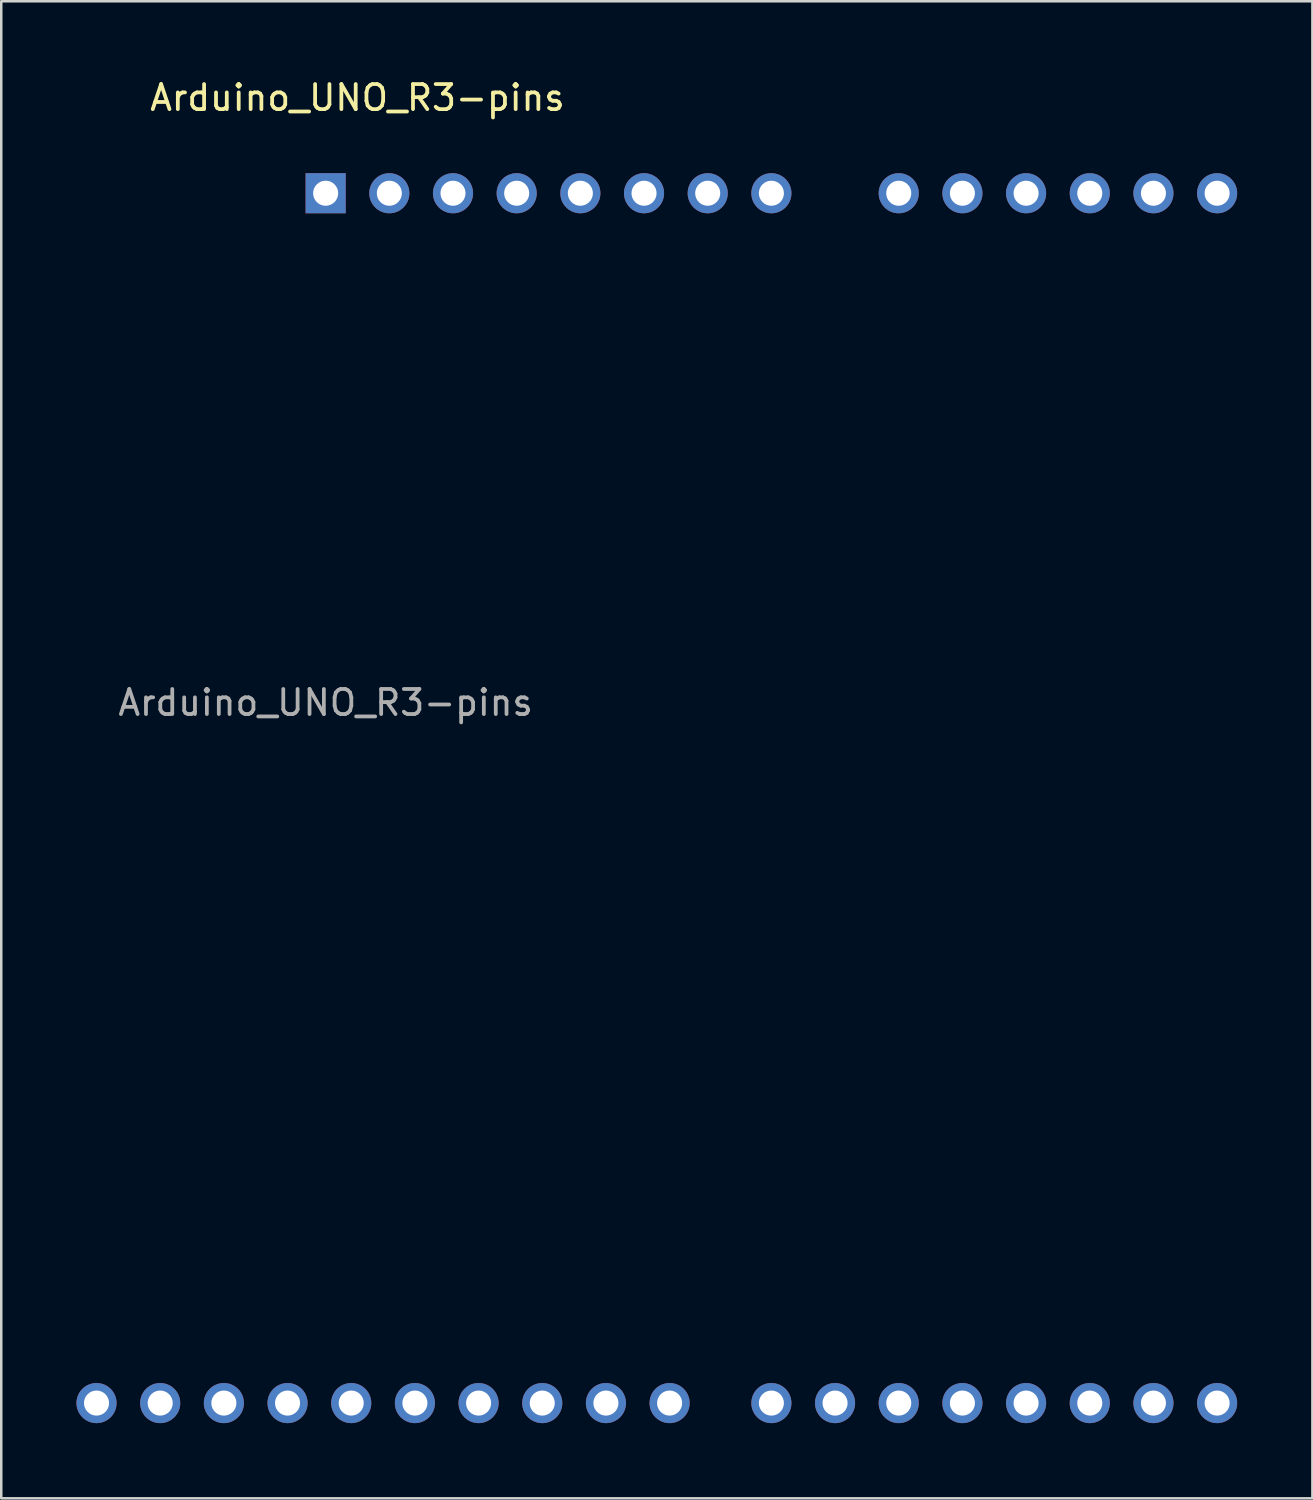
<source format=kicad_pcb>
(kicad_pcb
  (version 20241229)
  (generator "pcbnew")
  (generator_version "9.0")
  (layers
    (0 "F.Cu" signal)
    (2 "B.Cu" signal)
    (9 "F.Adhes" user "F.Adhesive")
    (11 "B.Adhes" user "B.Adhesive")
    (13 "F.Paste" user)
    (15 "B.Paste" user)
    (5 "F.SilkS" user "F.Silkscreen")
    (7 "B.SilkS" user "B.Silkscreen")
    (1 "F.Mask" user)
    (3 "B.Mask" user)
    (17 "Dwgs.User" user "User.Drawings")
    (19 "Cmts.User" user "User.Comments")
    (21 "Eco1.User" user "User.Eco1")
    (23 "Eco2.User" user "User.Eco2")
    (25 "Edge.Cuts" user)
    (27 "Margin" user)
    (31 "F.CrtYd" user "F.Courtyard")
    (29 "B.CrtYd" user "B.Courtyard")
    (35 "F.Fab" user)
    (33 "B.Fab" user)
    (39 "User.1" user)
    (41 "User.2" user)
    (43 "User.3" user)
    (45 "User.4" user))
  (footprint "Arduino_UNO_R3-pins"
    (layer "F.Cu")
    (at 9.94 4.658)
    (property "Reference" "Arduino_UNO_R3-pins" (at 1.27 -3.81 180) (layer "F.SilkS") (effects (font (size 1 1) (thickness 0.15))))
    (attr through_hole)
    (fp_text user "${REFERENCE}" (at 0 20.32 180) (layer "F.Fab") (effects (font (size 1 1) (thickness 0.15))))
    (pad "1" thru_hole rect (at 0 0 90) (size 1.6 1.6) (drill 1) (layers "*.Cu" "*.Mask"))
    (pad "2" thru_hole oval (at 2.54 0 90) (size 1.6 1.6) (drill 1) (layers "*.Cu" "*.Mask"))
    (pad "3" thru_hole oval (at 5.08 0 90) (size 1.6 1.6) (drill 1) (layers "*.Cu" "*.Mask"))
    (pad "4" thru_hole oval (at 7.62 0 90) (size 1.6 1.6) (drill 1) (layers "*.Cu" "*.Mask"))
    (pad "5" thru_hole oval (at 10.16 0 90) (size 1.6 1.6) (drill 1) (layers "*.Cu" "*.Mask"))
    (pad "6" thru_hole oval (at 12.7 0 90) (size 1.6 1.6) (drill 1) (layers "*.Cu" "*.Mask"))
    (pad "7" thru_hole oval (at 15.24 0 90) (size 1.6 1.6) (drill 1) (layers "*.Cu" "*.Mask"))
    (pad "8" thru_hole oval (at 17.78 0 90) (size 1.6 1.6) (drill 1) (layers "*.Cu" "*.Mask"))
    (pad "9" thru_hole oval (at 22.86 0 90) (size 1.6 1.6) (drill 1) (layers "*.Cu" "*.Mask"))
    (pad "10" thru_hole oval (at 25.4 0 90) (size 1.6 1.6) (drill 1) (layers "*.Cu" "*.Mask"))
    (pad "11" thru_hole oval (at 27.94 0 90) (size 1.6 1.6) (drill 1) (layers "*.Cu" "*.Mask"))
    (pad "12" thru_hole oval (at 30.48 0 90) (size 1.6 1.6) (drill 1) (layers "*.Cu" "*.Mask"))
    (pad "13" thru_hole oval (at 33.02 0 90) (size 1.6 1.6) (drill 1) (layers "*.Cu" "*.Mask"))
    (pad "14" thru_hole oval (at 35.56 0 90) (size 1.6 1.6) (drill 1) (layers "*.Cu" "*.Mask"))
    (pad "15" thru_hole oval (at 35.56 48.26 90) (size 1.6 1.6) (drill 1) (layers "*.Cu" "*.Mask"))
    (pad "16" thru_hole oval (at 33.02 48.26 90) (size 1.6 1.6) (drill 1) (layers "*.Cu" "*.Mask"))
    (pad "17" thru_hole oval (at 30.48 48.26 90) (size 1.6 1.6) (drill 1) (layers "*.Cu" "*.Mask"))
    (pad "18" thru_hole oval (at 27.94 48.26 90) (size 1.6 1.6) (drill 1) (layers "*.Cu" "*.Mask"))
    (pad "19" thru_hole oval (at 25.4 48.26 90) (size 1.6 1.6) (drill 1) (layers "*.Cu" "*.Mask"))
    (pad "20" thru_hole oval (at 22.86 48.26 90) (size 1.6 1.6) (drill 1) (layers "*.Cu" "*.Mask"))
    (pad "21" thru_hole oval (at 20.32 48.26 90) (size 1.6 1.6) (drill 1) (layers "*.Cu" "*.Mask"))
    (pad "22" thru_hole oval (at 17.78 48.26 90) (size 1.6 1.6) (drill 1) (layers "*.Cu" "*.Mask"))
    (pad "23" thru_hole oval (at 13.72 48.26 90) (size 1.6 1.6) (drill 1) (layers "*.Cu" "*.Mask"))
    (pad "24" thru_hole oval (at 11.18 48.26 90) (size 1.6 1.6) (drill 1) (layers "*.Cu" "*.Mask"))
    (pad "25" thru_hole oval (at 8.64 48.26 90) (size 1.6 1.6) (drill 1) (layers "*.Cu" "*.Mask"))
    (pad "26" thru_hole oval (at 6.1 48.26 90) (size 1.6 1.6) (drill 1) (layers "*.Cu" "*.Mask"))
    (pad "27" thru_hole oval (at 3.56 48.26 90) (size 1.6 1.6) (drill 1) (layers "*.Cu" "*.Mask"))
    (pad "28" thru_hole oval (at 1.02 48.26 90) (size 1.6 1.6) (drill 1) (layers "*.Cu" "*.Mask"))
    (pad "29" thru_hole oval (at -1.52 48.26 90) (size 1.6 1.6) (drill 1) (layers "*.Cu" "*.Mask"))
    (pad "30" thru_hole oval (at -4.06 48.26 90) (size 1.6 1.6) (drill 1) (layers "*.Cu" "*.Mask"))
    (pad "31" thru_hole oval (at -6.6 48.26 90) (size 1.6 1.6) (drill 1) (layers "*.Cu" "*.Mask"))
    (pad "32" thru_hole oval (at -9.14 48.26 90) (size 1.6 1.6) (drill 1) (layers "*.Cu" "*.Mask")))
  (gr_rect
    (start -3 -3)
    (end 49.3 56.718)
    (stroke (width 0.1) (type default))
    (fill no)
    (layer "Edge.Cuts")))
</source>
